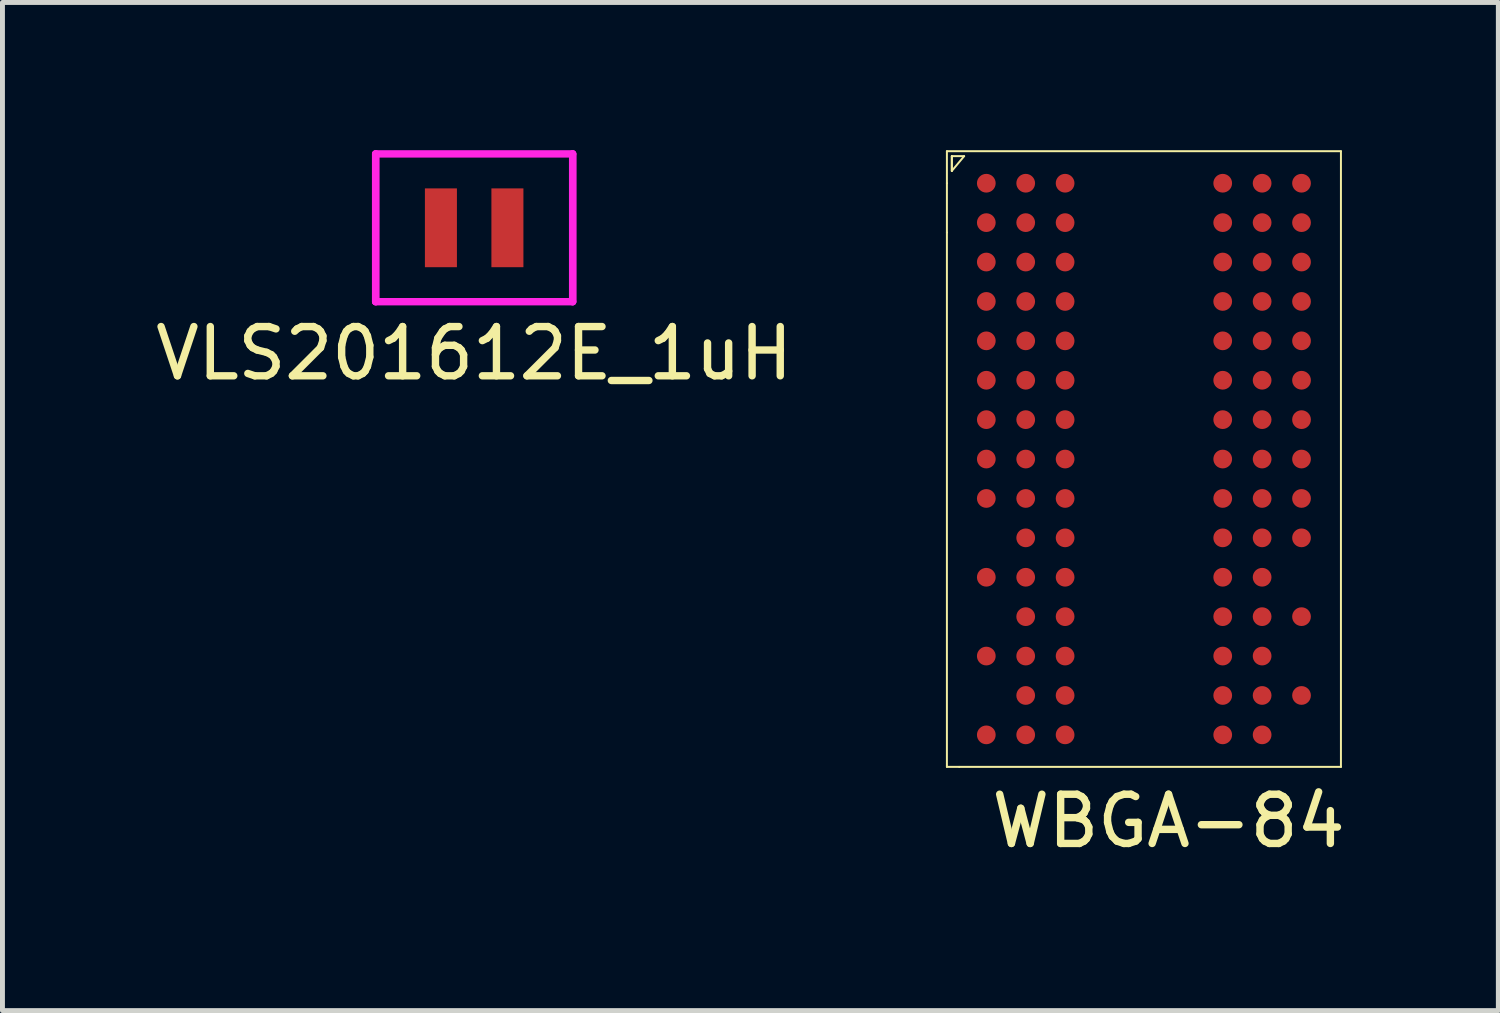
<source format=kicad_pcb>
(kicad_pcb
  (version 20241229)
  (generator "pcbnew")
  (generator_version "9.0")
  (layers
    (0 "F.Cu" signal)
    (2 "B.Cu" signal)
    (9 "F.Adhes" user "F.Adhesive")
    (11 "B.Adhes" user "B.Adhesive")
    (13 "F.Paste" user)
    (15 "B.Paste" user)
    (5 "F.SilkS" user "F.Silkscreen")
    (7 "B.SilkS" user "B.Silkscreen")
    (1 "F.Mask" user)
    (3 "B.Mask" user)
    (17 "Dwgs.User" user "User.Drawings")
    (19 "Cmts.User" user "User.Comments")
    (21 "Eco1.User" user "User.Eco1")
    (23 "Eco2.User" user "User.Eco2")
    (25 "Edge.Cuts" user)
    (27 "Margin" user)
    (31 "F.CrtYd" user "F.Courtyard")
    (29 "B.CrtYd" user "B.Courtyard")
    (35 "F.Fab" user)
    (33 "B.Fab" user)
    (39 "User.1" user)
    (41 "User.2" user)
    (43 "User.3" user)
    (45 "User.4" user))
  (footprint "VLS201612E_1uH"
    (layer "F.Cu")
    (at 6.577 1.575)
    (property "Reference" "VLS201612E_1uH" (at 0 2.55 0) (layer "F.SilkS") (effects (font (size 1 1) (thickness 0.15))))
    (attr through_hole)
    (fp_line (start -0.5 -1.1) (end 0.5 -1.1) (stroke (width 0.15) (type solid)) (layer "B.Paste"))
    (fp_line (start -0.5 1.1) (end 0.5 1.1) (stroke (width 0.15) (type solid)) (layer "B.Paste"))
    (fp_line (start -2 -1.5) (end -2 1.5) (stroke (width 0.15) (type solid)) (layer "F.CrtYd"))
    (fp_line (start -2 -1.5) (end -2 1.5) (stroke (width 0.15) (type solid)) (layer "F.CrtYd"))
    (fp_line (start -2 1.5) (end 2 1.5) (stroke (width 0.15) (type solid)) (layer "F.CrtYd"))
    (fp_line (start 2 -1.5) (end -2 -1.5) (stroke (width 0.15) (type solid)) (layer "F.CrtYd"))
    (fp_line (start 2 1.5) (end 2 -1.5) (stroke (width 0.15) (type solid)) (layer "F.CrtYd"))
    (fp_line (start 2 1.5) (end 2 -1.5) (stroke (width 0.15) (type solid)) (layer "F.CrtYd"))
    (pad "1" smd rect (at 0.675 0) (size 0.65 1.6) (layers "F.Cu" "F.Mask" "F.Paste"))
    (pad "2" smd rect (at -0.675 0) (size 0.65 1.6) (layers "F.Cu" "F.Mask" "F.Paste")))
  (footprint "WBGA-84"
    (layer "F.Cu")
    (at 16.575 3.07)
    (property "Reference" "WBGA-84" (at 4.1 10.55 0) (layer "F.SilkS") (effects (font (size 1 1) (thickness 0.15))))
    (attr through_hole)
    (fp_line (start -0.4 -3.05) (end 7.6 -3.05) (stroke (width 0.04) (type solid)) (layer "F.SilkS"))
    (fp_line (start -0.4 -2.4) (end -0.4 -3.05) (stroke (width 0.04) (type solid)) (layer "F.SilkS"))
    (fp_line (start -0.4 -2.4) (end -0.4 -1.4) (stroke (width 0.04) (type solid)) (layer "F.SilkS"))
    (fp_line (start -0.4 -1.4) (end -0.4 9.45) (stroke (width 0.04) (type solid)) (layer "F.SilkS"))
    (fp_line (start -0.4 9.45) (end -0.15 9.45) (stroke (width 0.04) (type solid)) (layer "F.SilkS"))
    (fp_line (start -0.3 -2.95) (end -0.3 -2.65) (stroke (width 0.04) (type solid)) (layer "F.SilkS"))
    (fp_line (start -0.3 -2.95) (end -0.05 -2.95) (stroke (width 0.04) (type solid)) (layer "F.SilkS"))
    (fp_line (start -0.3 -2.65) (end -0.3 -2.95) (stroke (width 0.04) (type solid)) (layer "F.SilkS"))
    (fp_line (start -0.3 -2.65) (end -0.05 -2.95) (stroke (width 0.04) (type solid)) (layer "F.SilkS"))
    (fp_line (start 7.6 -3.05) (end 7.6 9.45) (stroke (width 0.04) (type solid)) (layer "F.SilkS"))
    (fp_line (start 7.6 9.45) (end -0.15 9.45) (stroke (width 0.04) (type solid)) (layer "F.SilkS"))
    (pad "A1" smd circle (at 0.4 -2.4) (size 0.38 0.38) (layers "F.Cu" "F.Mask" "F.Paste"))
    (pad "A2" smd circle (at 1.2 -2.4) (size 0.38 0.38) (layers "F.Cu" "F.Mask" "F.Paste"))
    (pad "A3" smd circle (at 2 -2.4) (size 0.38 0.38) (layers "F.Cu" "F.Mask" "F.Paste"))
    (pad "A7" smd circle (at 5.2 -2.4) (size 0.38 0.38) (layers "F.Cu" "F.Mask" "F.Paste"))
    (pad "A8" smd circle (at 6 -2.4) (size 0.38 0.38) (layers "F.Cu" "F.Mask" "F.Paste"))
    (pad "A9" smd circle (at 6.8 -2.4) (size 0.38 0.38) (layers "F.Cu" "F.Mask" "F.Paste"))
    (pad "B1" smd circle (at 0.4 -1.6) (size 0.38 0.38) (layers "F.Cu" "F.Mask" "F.Paste"))
    (pad "B2" smd circle (at 1.2 -1.6) (size 0.38 0.38) (layers "F.Cu" "F.Mask" "F.Paste"))
    (pad "B3" smd circle (at 2 -1.6) (size 0.38 0.38) (layers "F.Cu" "F.Mask" "F.Paste"))
    (pad "B7" smd circle (at 5.2 -1.6) (size 0.38 0.38) (layers "F.Cu" "F.Mask" "F.Paste"))
    (pad "B8" smd circle (at 6 -1.6) (size 0.38 0.38) (layers "F.Cu" "F.Mask" "F.Paste"))
    (pad "B9" smd circle (at 6.8 -1.6) (size 0.38 0.38) (layers "F.Cu" "F.Mask" "F.Paste"))
    (pad "C1" smd circle (at 0.4 -0.8) (size 0.38 0.38) (layers "F.Cu" "F.Mask" "F.Paste"))
    (pad "C2" smd circle (at 1.2 -0.8) (size 0.38 0.38) (layers "F.Cu" "F.Mask" "F.Paste"))
    (pad "C3" smd circle (at 2 -0.8) (size 0.38 0.38) (layers "F.Cu" "F.Mask" "F.Paste"))
    (pad "C7" smd circle (at 5.2 -0.8) (size 0.38 0.38) (layers "F.Cu" "F.Mask" "F.Paste"))
    (pad "C8" smd circle (at 6 -0.8) (size 0.38 0.38) (layers "F.Cu" "F.Mask" "F.Paste"))
    (pad "C9" smd circle (at 6.8 -0.8) (size 0.38 0.38) (layers "F.Cu" "F.Mask" "F.Paste"))
    (pad "D1" smd circle (at 0.4 0) (size 0.38 0.38) (layers "F.Cu" "F.Mask" "F.Paste"))
    (pad "D2" smd circle (at 1.2 0) (size 0.38 0.38) (layers "F.Cu" "F.Mask" "F.Paste"))
    (pad "D3" smd circle (at 2 0) (size 0.38 0.38) (layers "F.Cu" "F.Mask" "F.Paste"))
    (pad "D7" smd circle (at 5.2 0) (size 0.38 0.38) (layers "F.Cu" "F.Mask" "F.Paste"))
    (pad "D8" smd circle (at 6 0) (size 0.38 0.38) (layers "F.Cu" "F.Mask" "F.Paste"))
    (pad "D9" smd circle (at 6.8 0) (size 0.38 0.38) (layers "F.Cu" "F.Mask" "F.Paste"))
    (pad "E1" smd circle (at 0.4 0.8) (size 0.38 0.38) (layers "F.Cu" "F.Mask" "F.Paste"))
    (pad "E2" smd circle (at 1.2 0.8) (size 0.38 0.38) (layers "F.Cu" "F.Mask" "F.Paste"))
    (pad "E3" smd circle (at 2 0.8) (size 0.38 0.38) (layers "F.Cu" "F.Mask" "F.Paste"))
    (pad "E7" smd circle (at 5.2 0.8) (size 0.38 0.38) (layers "F.Cu" "F.Mask" "F.Paste"))
    (pad "E8" smd circle (at 6 0.8) (size 0.38 0.38) (layers "F.Cu" "F.Mask" "F.Paste"))
    (pad "E9" smd circle (at 6.8 0.8) (size 0.38 0.38) (layers "F.Cu" "F.Mask" "F.Paste"))
    (pad "F1" smd circle (at 0.4 1.6) (size 0.38 0.38) (layers "F.Cu" "F.Mask" "F.Paste"))
    (pad "F2" smd circle (at 1.2 1.6) (size 0.38 0.38) (layers "F.Cu" "F.Mask" "F.Paste"))
    (pad "F3" smd circle (at 2 1.6) (size 0.38 0.38) (layers "F.Cu" "F.Mask" "F.Paste"))
    (pad "F7" smd circle (at 5.2 1.6) (size 0.38 0.38) (layers "F.Cu" "F.Mask" "F.Paste"))
    (pad "F8" smd circle (at 6 1.6) (size 0.38 0.38) (layers "F.Cu" "F.Mask" "F.Paste"))
    (pad "F9" smd circle (at 6.8 1.6) (size 0.38 0.38) (layers "F.Cu" "F.Mask" "F.Paste"))
    (pad "G1" smd circle (at 0.4 2.4) (size 0.38 0.38) (layers "F.Cu" "F.Mask" "F.Paste"))
    (pad "G2" smd circle (at 1.2 2.4) (size 0.38 0.38) (layers "F.Cu" "F.Mask" "F.Paste"))
    (pad "G3" smd circle (at 2 2.4) (size 0.38 0.38) (layers "F.Cu" "F.Mask" "F.Paste"))
    (pad "G7" smd circle (at 5.2 2.4) (size 0.38 0.38) (layers "F.Cu" "F.Mask" "F.Paste"))
    (pad "G8" smd circle (at 6 2.4) (size 0.38 0.38) (layers "F.Cu" "F.Mask" "F.Paste"))
    (pad "G9" smd circle (at 6.8 2.4) (size 0.38 0.38) (layers "F.Cu" "F.Mask" "F.Paste"))
    (pad "H1" smd circle (at 0.4 3.2) (size 0.38 0.38) (layers "F.Cu" "F.Mask" "F.Paste"))
    (pad "H2" smd circle (at 1.2 3.2) (size 0.38 0.38) (layers "F.Cu" "F.Mask" "F.Paste"))
    (pad "H3" smd circle (at 2 3.2) (size 0.38 0.38) (layers "F.Cu" "F.Mask" "F.Paste"))
    (pad "H7" smd circle (at 5.2 3.2) (size 0.38 0.38) (layers "F.Cu" "F.Mask" "F.Paste"))
    (pad "H8" smd circle (at 6 3.2) (size 0.38 0.38) (layers "F.Cu" "F.Mask" "F.Paste"))
    (pad "H9" smd circle (at 6.8 3.2) (size 0.38 0.38) (layers "F.Cu" "F.Mask" "F.Paste"))
    (pad "J1" smd circle (at 0.4 4) (size 0.38 0.38) (layers "F.Cu" "F.Mask" "F.Paste"))
    (pad "J2" smd circle (at 1.2 4) (size 0.38 0.38) (layers "F.Cu" "F.Mask" "F.Paste"))
    (pad "J3" smd circle (at 2 4) (size 0.38 0.38) (layers "F.Cu" "F.Mask" "F.Paste"))
    (pad "J7" smd circle (at 5.2 4) (size 0.38 0.38) (layers "F.Cu" "F.Mask" "F.Paste"))
    (pad "J8" smd circle (at 6 4) (size 0.38 0.38) (layers "F.Cu" "F.Mask" "F.Paste"))
    (pad "J9" smd circle (at 6.8 4) (size 0.38 0.38) (layers "F.Cu" "F.Mask" "F.Paste"))
    (pad "K2" smd circle (at 1.2 4.8) (size 0.38 0.38) (layers "F.Cu" "F.Mask" "F.Paste"))
    (pad "K3" smd circle (at 2 4.8) (size 0.38 0.38) (layers "F.Cu" "F.Mask" "F.Paste"))
    (pad "K7" smd circle (at 5.2 4.8) (size 0.38 0.38) (layers "F.Cu" "F.Mask" "F.Paste"))
    (pad "K8" smd circle (at 6 4.8) (size 0.38 0.38) (layers "F.Cu" "F.Mask" "F.Paste"))
    (pad "K9" smd circle (at 6.8 4.8) (size 0.38 0.38) (layers "F.Cu" "F.Mask" "F.Paste"))
    (pad "L1" smd circle (at 0.4 5.6) (size 0.38 0.38) (layers "F.Cu" "F.Mask" "F.Paste"))
    (pad "L2" smd circle (at 1.2 5.6) (size 0.38 0.38) (layers "F.Cu" "F.Mask" "F.Paste"))
    (pad "L3" smd circle (at 2 5.6) (size 0.38 0.38) (layers "F.Cu" "F.Mask" "F.Paste"))
    (pad "L7" smd circle (at 5.2 5.6) (size 0.38 0.38) (layers "F.Cu" "F.Mask" "F.Paste"))
    (pad "L8" smd circle (at 6 5.6) (size 0.38 0.38) (layers "F.Cu" "F.Mask" "F.Paste"))
    (pad "M2" smd circle (at 1.2 6.4) (size 0.38 0.38) (layers "F.Cu" "F.Mask" "F.Paste"))
    (pad "M3" smd circle (at 2 6.4) (size 0.38 0.38) (layers "F.Cu" "F.Mask" "F.Paste"))
    (pad "M7" smd circle (at 5.2 6.4) (size 0.38 0.38) (layers "F.Cu" "F.Mask" "F.Paste"))
    (pad "M8" smd circle (at 6 6.4) (size 0.38 0.38) (layers "F.Cu" "F.Mask" "F.Paste"))
    (pad "M9" smd circle (at 6.8 6.4) (size 0.38 0.38) (layers "F.Cu" "F.Mask" "F.Paste"))
    (pad "N1" smd circle (at 0.4 7.2) (size 0.38 0.38) (layers "F.Cu" "F.Mask" "F.Paste"))
    (pad "N2" smd circle (at 1.2 7.2) (size 0.38 0.38) (layers "F.Cu" "F.Mask" "F.Paste"))
    (pad "N3" smd circle (at 2 7.2) (size 0.38 0.38) (layers "F.Cu" "F.Mask" "F.Paste"))
    (pad "N7" smd circle (at 5.2 7.2) (size 0.38 0.38) (layers "F.Cu" "F.Mask" "F.Paste"))
    (pad "N8" smd circle (at 6 7.2) (size 0.38 0.38) (layers "F.Cu" "F.Mask" "F.Paste"))
    (pad "P2" smd circle (at 1.2 8) (size 0.38 0.38) (layers "F.Cu" "F.Mask" "F.Paste"))
    (pad "P3" smd circle (at 2 8) (size 0.38 0.38) (layers "F.Cu" "F.Mask" "F.Paste"))
    (pad "P7" smd circle (at 5.2 8) (size 0.38 0.38) (layers "F.Cu" "F.Mask" "F.Paste"))
    (pad "P8" smd circle (at 6 8) (size 0.38 0.38) (layers "F.Cu" "F.Mask" "F.Paste"))
    (pad "P9" smd circle (at 6.8 8) (size 0.38 0.38) (layers "F.Cu" "F.Mask" "F.Paste"))
    (pad "R1" smd circle (at 0.4 8.8) (size 0.38 0.38) (layers "F.Cu" "F.Mask" "F.Paste"))
    (pad "R2" smd circle (at 1.2 8.8) (size 0.38 0.38) (layers "F.Cu" "F.Mask" "F.Paste"))
    (pad "R3" smd circle (at 2 8.8) (size 0.38 0.38) (layers "F.Cu" "F.Mask" "F.Paste"))
    (pad "R7" smd circle (at 5.2 8.8) (size 0.38 0.38) (layers "F.Cu" "F.Mask" "F.Paste"))
    (pad "R8" smd circle (at 6 8.8) (size 0.38 0.38) (layers "F.Cu" "F.Mask" "F.Paste")))
  (gr_rect
    (start -3 -3)
    (end 27.371 17.468)
    (stroke (width 0.1) (type default))
    (fill no)
    (layer "Edge.Cuts")))
</source>
